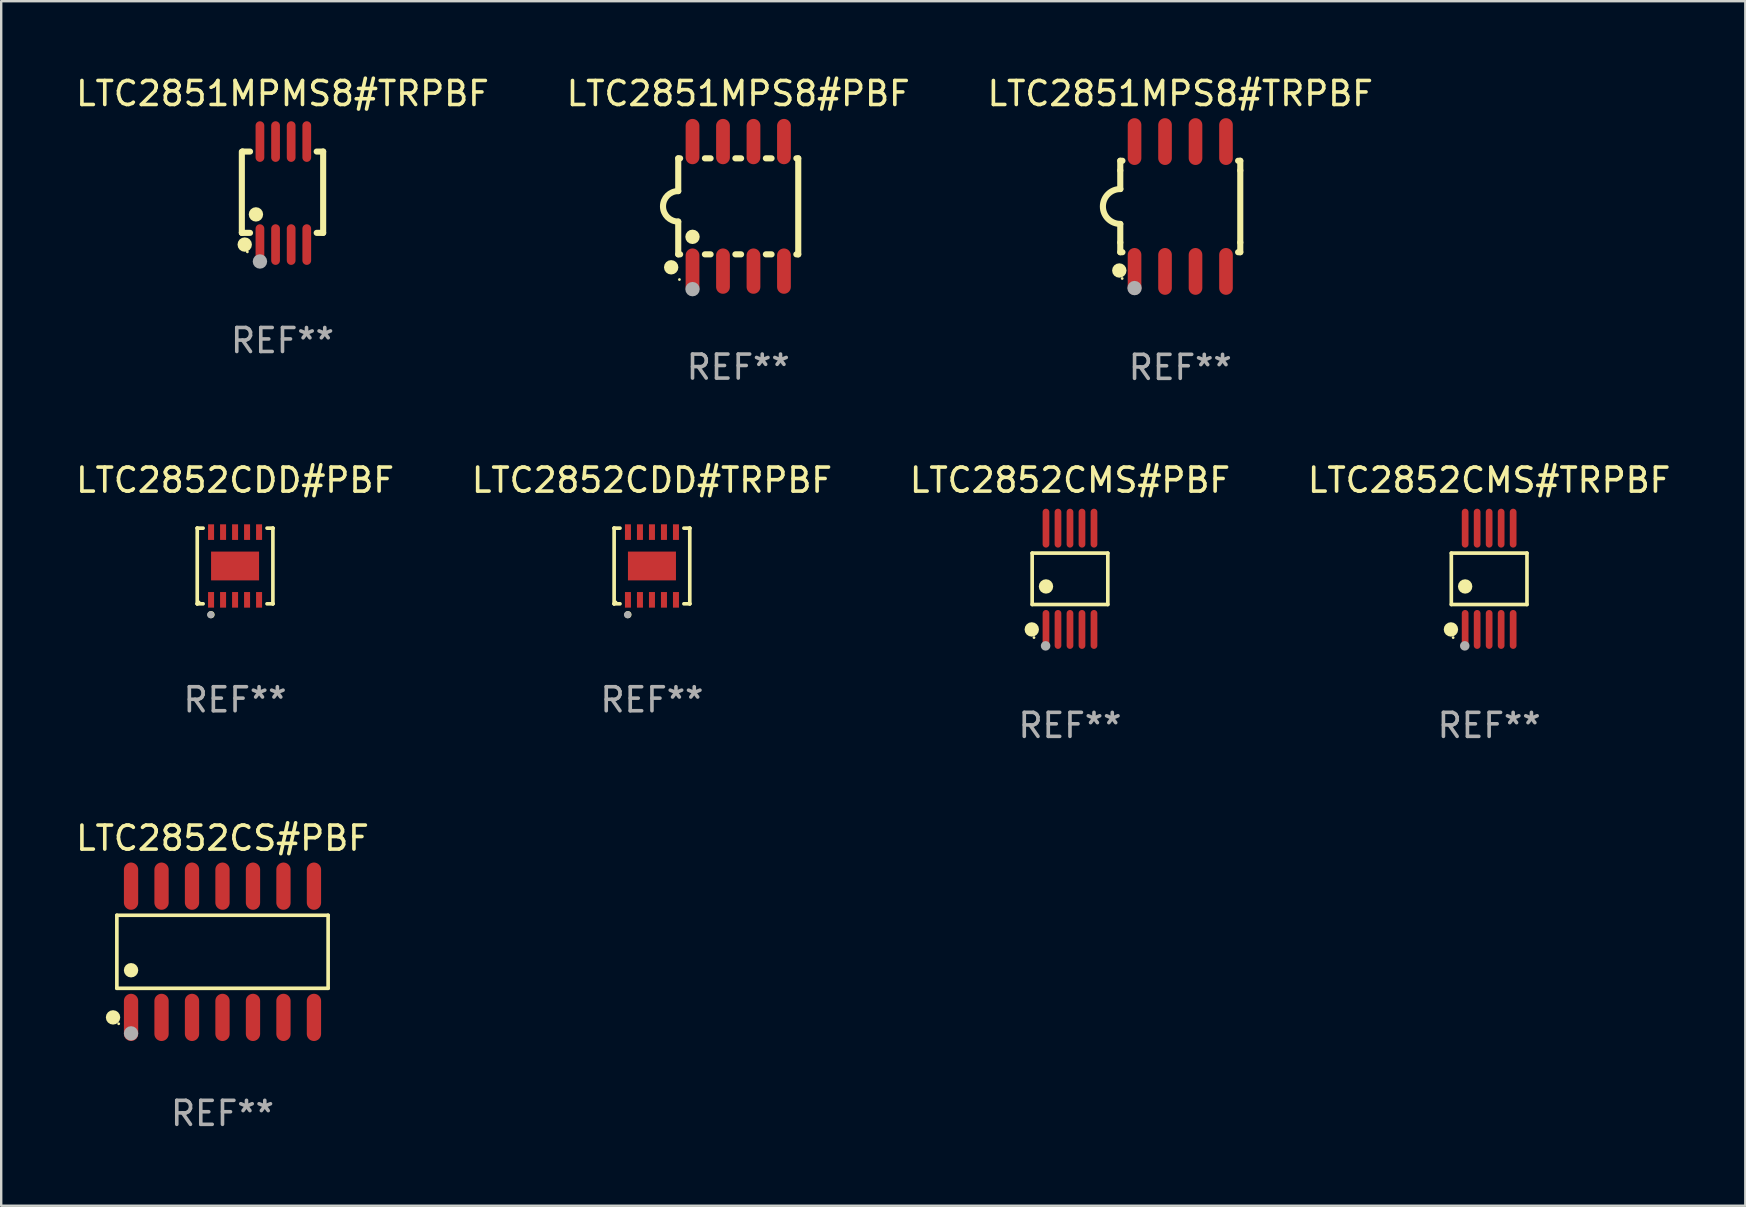
<source format=kicad_pcb>
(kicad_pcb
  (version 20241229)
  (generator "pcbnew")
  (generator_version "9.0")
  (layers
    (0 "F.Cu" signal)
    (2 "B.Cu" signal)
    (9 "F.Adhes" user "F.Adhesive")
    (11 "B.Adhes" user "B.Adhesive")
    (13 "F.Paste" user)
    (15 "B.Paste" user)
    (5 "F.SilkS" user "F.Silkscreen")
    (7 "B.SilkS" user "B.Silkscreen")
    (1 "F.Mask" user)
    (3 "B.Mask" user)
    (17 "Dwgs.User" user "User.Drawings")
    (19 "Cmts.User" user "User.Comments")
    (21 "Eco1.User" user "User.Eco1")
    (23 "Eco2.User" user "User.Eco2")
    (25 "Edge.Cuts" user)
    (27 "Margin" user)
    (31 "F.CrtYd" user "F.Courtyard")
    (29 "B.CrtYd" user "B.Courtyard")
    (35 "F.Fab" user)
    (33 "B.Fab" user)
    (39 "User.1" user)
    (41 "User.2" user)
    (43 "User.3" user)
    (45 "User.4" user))
  (footprint "LTC2851MPS8#PBF"
    (layer "F.Cu")
    (at 27.708 5.547)
    (property "Reference" "LTC2851MPS8#PBF" (at 0 -4.699 0) (layer "F.SilkS") (effects (font (size 1 1) (thickness 0.15))))
    (attr through_hole)
    (fp_line (start -2.5 -2) (end -2.5 -0.635) (stroke (width 0.254) (type solid)) (layer "F.SilkS"))
    (fp_line (start -2.5 -2) (end -2.421 -2) (stroke (width 0.254) (type solid)) (layer "F.SilkS"))
    (fp_line (start -2.5 2) (end -2.5 0.635) (stroke (width 0.254) (type solid)) (layer "F.SilkS"))
    (fp_line (start -2.5 2) (end -2.421 2) (stroke (width 0.254) (type solid)) (layer "F.SilkS"))
    (fp_line (start -1.389 -2) (end -1.151 -2) (stroke (width 0.254) (type solid)) (layer "F.SilkS"))
    (fp_line (start -1.389 2) (end -1.151 2) (stroke (width 0.254) (type solid)) (layer "F.SilkS"))
    (fp_line (start -0.119 -2) (end 0.119 -2) (stroke (width 0.254) (type solid)) (layer "F.SilkS"))
    (fp_line (start -0.119 2) (end 0.119 2) (stroke (width 0.254) (type solid)) (layer "F.SilkS"))
    (fp_line (start 1.151 -2) (end 1.389 -2) (stroke (width 0.254) (type solid)) (layer "F.SilkS"))
    (fp_line (start 1.151 2) (end 1.389 2) (stroke (width 0.254) (type solid)) (layer "F.SilkS"))
    (fp_line (start 2.421 -2) (end 2.5 -2) (stroke (width 0.254) (type solid)) (layer "F.SilkS"))
    (fp_line (start 2.421 2) (end 2.5 2) (stroke (width 0.254) (type solid)) (layer "F.SilkS"))
    (fp_line (start 2.5 -2) (end 2.5 2) (stroke (width 0.254) (type solid)) (layer "F.SilkS"))
    (fp_arc (start -2.5 0.635001) (mid -3.134366 -0.000318) (end -2.499365 -0.635001) (stroke (width 0.254001) (type solid)) (layer "F.SilkS"))
    (fp_circle (center -2.794 2.54) (end -2.644 2.54) (stroke (width 0.3) (type solid)) (fill no) (layer "F.SilkS"))
    (fp_circle (center -2.45 3.05) (end -2.42 3.05) (stroke (width 0.06) (type solid)) (fill no) (layer "F.SilkS"))
    (fp_circle (center -1.905 1.27) (end -1.755 1.27) (stroke (width 0.3) (type solid)) (fill no) (layer "F.SilkS"))
    (fp_circle (center -1.905 3.45) (end -1.755 3.45) (stroke (width 0.3) (type solid)) (fill no) (layer "F.Fab"))
    (fp_text user "REF**" (at 0 6.699 0) (layer "F.Fab") (effects (font (size 1 1) (thickness 0.15))))
    (pad "1" smd oval (at -1.905 2.699) (size 0.574 1.888) (layers "F.Cu" "F.Mask" "F.Paste"))
    (pad "2" smd oval (at -0.635 2.699) (size 0.574 1.888) (layers "F.Cu" "F.Mask" "F.Paste"))
    (pad "3" smd oval (at 0.635 2.699) (size 0.574 1.888) (layers "F.Cu" "F.Mask" "F.Paste"))
    (pad "4" smd oval (at 1.905 2.699) (size 0.574 1.888) (layers "F.Cu" "F.Mask" "F.Paste"))
    (pad "5" smd oval (at 1.905 -2.699) (size 0.574 1.888) (layers "F.Cu" "F.Mask" "F.Paste"))
    (pad "6" smd oval (at 0.635 -2.699) (size 0.574 1.888) (layers "F.Cu" "F.Mask" "F.Paste"))
    (pad "7" smd oval (at -0.635 -2.699) (size 0.574 1.888) (layers "F.Cu" "F.Mask" "F.Paste"))
    (pad "8" smd oval (at -1.905 -2.699) (size 0.574 1.888) (layers "F.Cu" "F.Mask" "F.Paste")))
  (footprint "LTC2851MPMS8#TRPBF"
    (layer "F.Cu")
    (at 8.72 4.994)
    (property "Reference" "LTC2851MPMS8#TRPBF" (at 0 -4.146 0) (layer "F.SilkS") (effects (font (size 1 1) (thickness 0.15))))
    (attr through_hole)
    (fp_line (start -1.694 -1.724) (end -1.694 1.652) (stroke (width 0.254) (type solid)) (layer "F.SilkS"))
    (fp_line (start -1.694 1.652) (end -1.688 1.658) (stroke (width 0.254) (type solid)) (layer "F.SilkS"))
    (fp_line (start -1.688 1.658) (end -1.353 1.658) (stroke (width 0.254) (type solid)) (layer "F.SilkS"))
    (fp_line (start -1.661 -1.73) (end -1.681 -1.71) (stroke (width 0.254) (type solid)) (layer "F.SilkS"))
    (fp_line (start -1.353 -1.73) (end -1.661 -1.73) (stroke (width 0.254) (type solid)) (layer "F.SilkS"))
    (fp_line (start 1.424 1.658) (end 1.694 1.658) (stroke (width 0.254) (type solid)) (layer "F.SilkS"))
    (fp_line (start 1.694 -1.73) (end 1.424 -1.73) (stroke (width 0.254) (type solid)) (layer "F.SilkS"))
    (fp_line (start 1.694 1.658) (end 1.694 -1.73) (stroke (width 0.254) (type solid)) (layer "F.SilkS"))
    (fp_circle (center -1.574 2.146) (end -1.424 2.146) (stroke (width 0.3) (type solid)) (fill no) (layer "F.SilkS"))
    (fp_circle (center -1.464 2.45) (end -1.434 2.45) (stroke (width 0.06) (type solid)) (fill no) (layer "F.SilkS"))
    (fp_circle (center -1.107 0.889) (end -0.957 0.889) (stroke (width 0.3) (type solid)) (fill no) (layer "F.SilkS"))
    (fp_circle (center -0.94 2.85) (end -0.789 2.85) (stroke (width 0.3) (type solid)) (fill no) (layer "F.Fab"))
    (fp_text user "REF**" (at 0 6.146 0) (layer "F.Fab") (effects (font (size 1 1) (thickness 0.15))))
    (pad "1" smd oval (at -0.94 2.146) (size 0.364 1.692) (layers "F.Cu" "F.Mask" "F.Paste"))
    (pad "2" smd oval (at -0.289 2.146) (size 0.364 1.692) (layers "F.Cu" "F.Mask" "F.Paste"))
    (pad "3" smd oval (at 0.361 2.146) (size 0.364 1.692) (layers "F.Cu" "F.Mask" "F.Paste"))
    (pad "4" smd oval (at 1.011 2.146) (size 0.364 1.692) (layers "F.Cu" "F.Mask" "F.Paste"))
    (pad "5" smd oval (at 1.011 -2.146) (size 0.364 1.692) (layers "F.Cu" "F.Mask" "F.Paste"))
    (pad "6" smd oval (at 0.361 -2.146) (size 0.364 1.692) (layers "F.Cu" "F.Mask" "F.Paste"))
    (pad "7" smd oval (at -0.289 -2.146) (size 0.364 1.692) (layers "F.Cu" "F.Mask" "F.Paste"))
    (pad "8" smd oval (at -0.94 -2.146) (size 0.364 1.692) (layers "F.Cu" "F.Mask" "F.Paste")))
  (footprint "LTC2852CDD#PBF"
    (layer "F.Cu")
    (at 6.744 20.531)
    (property "Reference" "LTC2852CDD#PBF" (at 0 -3.576 0) (layer "F.SilkS") (effects (font (size 1 1) (thickness 0.15))))
    (attr through_hole)
    (fp_line (start -1.576 -1.576) (end -1.576 -1.576) (stroke (width 0.152) (type solid)) (layer "F.SilkS"))
    (fp_line (start -1.576 -1.576) (end -1.331 -1.576) (stroke (width 0.152) (type solid)) (layer "F.SilkS"))
    (fp_line (start -1.576 1.576) (end -1.576 -1.576) (stroke (width 0.152) (type solid)) (layer "F.SilkS"))
    (fp_line (start -1.576 1.576) (end -1.576 1.576) (stroke (width 0.152) (type solid)) (layer "F.SilkS"))
    (fp_line (start -1.331 1.576) (end -1.576 1.576) (stroke (width 0.152) (type solid)) (layer "F.SilkS"))
    (fp_line (start 1.331 1.576) (end 1.576 1.576) (stroke (width 0.152) (type solid)) (layer "F.SilkS"))
    (fp_line (start 1.576 -1.576) (end 1.331 -1.576) (stroke (width 0.152) (type solid)) (layer "F.SilkS"))
    (fp_line (start 1.576 -1.576) (end 1.576 -1.576) (stroke (width 0.152) (type solid)) (layer "F.SilkS"))
    (fp_line (start 1.576 1.576) (end 1.576 -1.576) (stroke (width 0.152) (type solid)) (layer "F.SilkS"))
    (fp_line (start 1.576 1.576) (end 1.576 1.576) (stroke (width 0.152) (type solid)) (layer "F.SilkS"))
    (fp_circle (center -1.5 1.5) (end -1.47 1.5) (stroke (width 0.06) (type solid)) (fill no) (layer "F.SilkS"))
    (fp_circle (center -1 2.028) (end -0.925 2.028) (stroke (width 0.15) (type solid)) (fill no) (layer "F.SilkS"))
    (fp_circle (center -1.016 2.032) (end -0.941 2.032) (stroke (width 0.15) (type solid)) (fill no) (layer "F.Fab"))
    (fp_text user "REF**" (at 0 5.576 0) (layer "F.Fab") (effects (font (size 1 1) (thickness 0.15))))
    (pad "1" smd rect (at -1 1.411) (size 0.25 0.65) (layers "F.Cu" "F.Mask" "F.Paste"))
    (pad "2" smd rect (at -0.5 1.411) (size 0.25 0.65) (layers "F.Cu" "F.Mask" "F.Paste"))
    (pad "3" smd rect (at 0 1.411) (size 0.25 0.65) (layers "F.Cu" "F.Mask" "F.Paste"))
    (pad "4" smd rect (at 0.5 1.411) (size 0.25 0.65) (layers "F.Cu" "F.Mask" "F.Paste"))
    (pad "5" smd rect (at 1 1.411) (size 0.25 0.65) (layers "F.Cu" "F.Mask" "F.Paste"))
    (pad "6" smd rect (at 1 -1.411) (size 0.25 0.65) (layers "F.Cu" "F.Mask" "F.Paste"))
    (pad "7" smd rect (at 0.5 -1.411) (size 0.25 0.65) (layers "F.Cu" "F.Mask" "F.Paste"))
    (pad "8" smd rect (at 0 -1.411) (size 0.25 0.65) (layers "F.Cu" "F.Mask" "F.Paste"))
    (pad "9" smd rect (at -0.5 -1.411) (size 0.25 0.65) (layers "F.Cu" "F.Mask" "F.Paste"))
    (pad "10" smd rect (at -1 -1.411) (size 0.25 0.65) (layers "F.Cu" "F.Mask" "F.Paste"))
    (pad "11" smd rect (at 0 0) (size 2 1.2) (layers "F.Cu" "F.Mask" "F.Paste")))
  (footprint "LTC2851MPS8#TRPBF"
    (layer "F.Cu")
    (at 46.125 5.553)
    (property "Reference" "LTC2851MPS8#TRPBF" (at 0 -4.705 0) (layer "F.SilkS") (effects (font (size 1 1) (thickness 0.15))))
    (attr through_hole)
    (fp_line (start -2.5 -1.905) (end -2.409 -1.905) (stroke (width 0.254) (type solid)) (layer "F.SilkS"))
    (fp_line (start -2.5 -1.5) (end -2.5 -1.905) (stroke (width 0.254) (type solid)) (layer "F.SilkS"))
    (fp_line (start -2.5 -1.5) (end -2.5 -0.726) (stroke (width 0.254) (type solid)) (layer "F.SilkS"))
    (fp_line (start -2.5 1.5) (end -2.5 0.727) (stroke (width 0.254) (type solid)) (layer "F.SilkS"))
    (fp_line (start -2.5 1.5) (end -2.5 1.905) (stroke (width 0.254) (type solid)) (layer "F.SilkS"))
    (fp_line (start -2.5 1.905) (end -2.409 1.905) (stroke (width 0.254) (type solid)) (layer "F.SilkS"))
    (fp_line (start 2.5 -1.905) (end 2.409 -1.905) (stroke (width 0.254) (type solid)) (layer "F.SilkS"))
    (fp_line (start 2.5 -1.5) (end 2.5 -1.905) (stroke (width 0.254) (type solid)) (layer "F.SilkS"))
    (fp_line (start 2.5 -1.5) (end 2.5 1.5) (stroke (width 0.254) (type solid)) (layer "F.SilkS"))
    (fp_line (start 2.5 1.5) (end 2.5 1.905) (stroke (width 0.254) (type solid)) (layer "F.SilkS"))
    (fp_line (start 2.5 1.905) (end 2.409 1.905) (stroke (width 0.254) (type solid)) (layer "F.SilkS"))
    (fp_arc (start -2.5 0.726568) (mid -3.220316 -0.0023) (end -2.495097 -0.726289) (stroke (width 0.254001) (type solid)) (layer "F.SilkS"))
    (fp_circle (center -2.54 2.667) (end -2.39 2.667) (stroke (width 0.3) (type solid)) (fill no) (layer "F.SilkS"))
    (fp_circle (center -2.42 3) (end -2.39 3) (stroke (width 0.06) (type solid)) (fill no) (layer "F.SilkS"))
    (fp_circle (center -1.905 3.4) (end -1.755 3.4) (stroke (width 0.3) (type solid)) (fill no) (layer "F.Fab"))
    (fp_text user "REF**" (at 0 6.705 0) (layer "F.Fab") (effects (font (size 1 1) (thickness 0.15))))
    (pad "1" smd oval (at -1.905 2.705) (size 0.568 1.95) (layers "F.Cu" "F.Mask" "F.Paste"))
    (pad "2" smd oval (at -0.635 2.705) (size 0.568 1.95) (layers "F.Cu" "F.Mask" "F.Paste"))
    (pad "3" smd oval (at 0.635 2.705) (size 0.568 1.95) (layers "F.Cu" "F.Mask" "F.Paste"))
    (pad "4" smd oval (at 1.905 2.705) (size 0.568 1.95) (layers "F.Cu" "F.Mask" "F.Paste"))
    (pad "5" smd oval (at 1.905 -2.705) (size 0.568 1.95) (layers "F.Cu" "F.Mask" "F.Paste"))
    (pad "6" smd oval (at 0.635 -2.705) (size 0.568 1.95) (layers "F.Cu" "F.Mask" "F.Paste"))
    (pad "7" smd oval (at -0.635 -2.705) (size 0.568 1.95) (layers "F.Cu" "F.Mask" "F.Paste"))
    (pad "8" smd oval (at -1.905 -2.705) (size 0.568 1.95) (layers "F.Cu" "F.Mask" "F.Paste")))
  (footprint "LTC2852CDD#TRPBF"
    (layer "F.Cu")
    (at 24.113 20.531)
    (property "Reference" "LTC2852CDD#TRPBF" (at 0 -3.576 0) (layer "F.SilkS") (effects (font (size 1 1) (thickness 0.15))))
    (attr through_hole)
    (fp_line (start -1.576 -1.576) (end -1.576 -1.576) (stroke (width 0.152) (type solid)) (layer "F.SilkS"))
    (fp_line (start -1.576 -1.576) (end -1.331 -1.576) (stroke (width 0.152) (type solid)) (layer "F.SilkS"))
    (fp_line (start -1.576 1.576) (end -1.576 -1.576) (stroke (width 0.152) (type solid)) (layer "F.SilkS"))
    (fp_line (start -1.576 1.576) (end -1.576 1.576) (stroke (width 0.152) (type solid)) (layer "F.SilkS"))
    (fp_line (start -1.331 1.576) (end -1.576 1.576) (stroke (width 0.152) (type solid)) (layer "F.SilkS"))
    (fp_line (start 1.331 1.576) (end 1.576 1.576) (stroke (width 0.152) (type solid)) (layer "F.SilkS"))
    (fp_line (start 1.576 -1.576) (end 1.331 -1.576) (stroke (width 0.152) (type solid)) (layer "F.SilkS"))
    (fp_line (start 1.576 -1.576) (end 1.576 -1.576) (stroke (width 0.152) (type solid)) (layer "F.SilkS"))
    (fp_line (start 1.576 1.576) (end 1.576 -1.576) (stroke (width 0.152) (type solid)) (layer "F.SilkS"))
    (fp_line (start 1.576 1.576) (end 1.576 1.576) (stroke (width 0.152) (type solid)) (layer "F.SilkS"))
    (fp_circle (center -1.5 1.5) (end -1.47 1.5) (stroke (width 0.06) (type solid)) (fill no) (layer "F.SilkS"))
    (fp_circle (center -1 2.028) (end -0.925 2.028) (stroke (width 0.15) (type solid)) (fill no) (layer "F.SilkS"))
    (fp_circle (center -1.016 2.032) (end -0.941 2.032) (stroke (width 0.15) (type solid)) (fill no) (layer "F.Fab"))
    (fp_text user "REF**" (at 0 5.576 0) (layer "F.Fab") (effects (font (size 1 1) (thickness 0.15))))
    (pad "1" smd rect (at -1 1.411) (size 0.25 0.65) (layers "F.Cu" "F.Mask" "F.Paste"))
    (pad "2" smd rect (at -0.5 1.411) (size 0.25 0.65) (layers "F.Cu" "F.Mask" "F.Paste"))
    (pad "3" smd rect (at 0 1.411) (size 0.25 0.65) (layers "F.Cu" "F.Mask" "F.Paste"))
    (pad "4" smd rect (at 0.5 1.411) (size 0.25 0.65) (layers "F.Cu" "F.Mask" "F.Paste"))
    (pad "5" smd rect (at 1 1.411) (size 0.25 0.65) (layers "F.Cu" "F.Mask" "F.Paste"))
    (pad "6" smd rect (at 1 -1.411) (size 0.25 0.65) (layers "F.Cu" "F.Mask" "F.Paste"))
    (pad "7" smd rect (at 0.5 -1.411) (size 0.25 0.65) (layers "F.Cu" "F.Mask" "F.Paste"))
    (pad "8" smd rect (at 0 -1.411) (size 0.25 0.65) (layers "F.Cu" "F.Mask" "F.Paste"))
    (pad "9" smd rect (at -0.5 -1.411) (size 0.25 0.65) (layers "F.Cu" "F.Mask" "F.Paste"))
    (pad "10" smd rect (at -1 -1.411) (size 0.25 0.65) (layers "F.Cu" "F.Mask" "F.Paste"))
    (pad "11" smd rect (at 0 0) (size 2 1.2) (layers "F.Cu" "F.Mask" "F.Paste")))
  (footprint "LTC2852CMS#PBF"
    (layer "F.Cu")
    (at 41.53 21.065)
    (property "Reference" "LTC2852CMS#PBF" (at 0 -4.11 0) (layer "F.SilkS") (effects (font (size 1 1) (thickness 0.15))))
    (attr through_hole)
    (fp_line (start -1.576 -1.071) (end 1.576 -1.071) (stroke (width 0.152) (type solid)) (layer "F.SilkS"))
    (fp_line (start -1.576 1.071) (end -1.576 -1.071) (stroke (width 0.152) (type solid)) (layer "F.SilkS"))
    (fp_line (start 1.576 -1.071) (end 1.576 1.071) (stroke (width 0.152) (type solid)) (layer "F.SilkS"))
    (fp_line (start 1.576 1.071) (end -1.576 1.071) (stroke (width 0.152) (type solid)) (layer "F.SilkS"))
    (fp_circle (center -1.592 2.11) (end -1.442 2.11) (stroke (width 0.3) (type solid)) (fill no) (layer "F.SilkS"))
    (fp_circle (center -1.5 2.45) (end -1.47 2.45) (stroke (width 0.06) (type solid)) (fill no) (layer "F.SilkS"))
    (fp_circle (center -1 0.319) (end -0.85 0.319) (stroke (width 0.3) (type solid)) (fill no) (layer "F.SilkS"))
    (fp_circle (center -1.016 2.794) (end -0.916 2.794) (stroke (width 0.2) (type solid)) (fill no) (layer "F.Fab"))
    (fp_text user "REF**" (at 0 6.11 0) (layer "F.Fab") (effects (font (size 1 1) (thickness 0.15))))
    (pad "1" smd oval (at -1 2.11) (size 0.28 1.62) (layers "F.Cu" "F.Mask" "F.Paste"))
    (pad "2" smd oval (at -0.5 2.11) (size 0.28 1.62) (layers "F.Cu" "F.Mask" "F.Paste"))
    (pad "3" smd oval (at 0 2.11) (size 0.28 1.62) (layers "F.Cu" "F.Mask" "F.Paste"))
    (pad "4" smd oval (at 0.5 2.11) (size 0.28 1.62) (layers "F.Cu" "F.Mask" "F.Paste"))
    (pad "5" smd oval (at 1 2.11) (size 0.28 1.62) (layers "F.Cu" "F.Mask" "F.Paste"))
    (pad "6" smd oval (at 1 -2.11) (size 0.28 1.62) (layers "F.Cu" "F.Mask" "F.Paste"))
    (pad "7" smd oval (at 0.5 -2.11) (size 0.28 1.62) (layers "F.Cu" "F.Mask" "F.Paste"))
    (pad "8" smd oval (at 0 -2.11) (size 0.28 1.62) (layers "F.Cu" "F.Mask" "F.Paste"))
    (pad "9" smd oval (at -0.5 -2.11) (size 0.28 1.62) (layers "F.Cu" "F.Mask" "F.Paste"))
    (pad "10" smd oval (at -1 -2.11) (size 0.28 1.62) (layers "F.Cu" "F.Mask" "F.Paste")))
  (footprint "LTC2852CS#PBF"
    (layer "F.Cu")
    (at 6.22 36.605)
    (property "Reference" "LTC2852CS#PBF" (at 0 -4.734 0) (layer "F.SilkS") (effects (font (size 1 1) (thickness 0.15))))
    (attr through_hole)
    (fp_line (start -4.401 -1.521) (end 4.401 -1.521) (stroke (width 0.152) (type solid)) (layer "F.SilkS"))
    (fp_line (start -4.401 1.521) (end -4.401 -1.521) (stroke (width 0.152) (type solid)) (layer "F.SilkS"))
    (fp_line (start 4.401 -1.521) (end 4.401 1.521) (stroke (width 0.152) (type solid)) (layer "F.SilkS"))
    (fp_line (start 4.401 1.521) (end -4.401 1.521) (stroke (width 0.152) (type solid)) (layer "F.SilkS"))
    (fp_circle (center -4.56 2.734) (end -4.41 2.734) (stroke (width 0.3) (type solid)) (fill no) (layer "F.SilkS"))
    (fp_circle (center -4.325 3) (end -4.295 3) (stroke (width 0.06) (type solid)) (fill no) (layer "F.SilkS"))
    (fp_circle (center -3.81 0.769) (end -3.66 0.769) (stroke (width 0.3) (type solid)) (fill no) (layer "F.SilkS"))
    (fp_circle (center -3.81 3.4) (end -3.66 3.4) (stroke (width 0.3) (type solid)) (fill no) (layer "F.Fab"))
    (fp_text user "REF**" (at 0 6.734 0) (layer "F.Fab") (effects (font (size 1 1) (thickness 0.15))))
    (pad "1" smd oval (at -3.81 2.734) (size 0.595 1.968) (layers "F.Cu" "F.Mask" "F.Paste"))
    (pad "2" smd oval (at -2.54 2.734) (size 0.595 1.968) (layers "F.Cu" "F.Mask" "F.Paste"))
    (pad "3" smd oval (at -1.27 2.734) (size 0.595 1.968) (layers "F.Cu" "F.Mask" "F.Paste"))
    (pad "4" smd oval (at 0 2.734) (size 0.595 1.968) (layers "F.Cu" "F.Mask" "F.Paste"))
    (pad "5" smd oval (at 1.27 2.734) (size 0.595 1.968) (layers "F.Cu" "F.Mask" "F.Paste"))
    (pad "6" smd oval (at 2.54 2.734) (size 0.595 1.968) (layers "F.Cu" "F.Mask" "F.Paste"))
    (pad "7" smd oval (at 3.81 2.734) (size 0.595 1.968) (layers "F.Cu" "F.Mask" "F.Paste"))
    (pad "8" smd oval (at 3.81 -2.734) (size 0.595 1.968) (layers "F.Cu" "F.Mask" "F.Paste"))
    (pad "9" smd oval (at 2.54 -2.734) (size 0.595 1.968) (layers "F.Cu" "F.Mask" "F.Paste"))
    (pad "10" smd oval (at 1.27 -2.734) (size 0.595 1.968) (layers "F.Cu" "F.Mask" "F.Paste"))
    (pad "11" smd oval (at 0 -2.734) (size 0.595 1.968) (layers "F.Cu" "F.Mask" "F.Paste"))
    (pad "12" smd oval (at -1.27 -2.734) (size 0.595 1.968) (layers "F.Cu" "F.Mask" "F.Paste"))
    (pad "13" smd oval (at -2.54 -2.734) (size 0.595 1.968) (layers "F.Cu" "F.Mask" "F.Paste"))
    (pad "14" smd oval (at -3.81 -2.734) (size 0.595 1.968) (layers "F.Cu" "F.Mask" "F.Paste")))
  (footprint "LTC2852CMS#TRPBF"
    (layer "F.Cu")
    (at 58.994 21.065)
    (property "Reference" "LTC2852CMS#TRPBF" (at 0 -4.11 0) (layer "F.SilkS") (effects (font (size 1 1) (thickness 0.15))))
    (attr through_hole)
    (fp_line (start -1.576 -1.071) (end 1.576 -1.071) (stroke (width 0.152) (type solid)) (layer "F.SilkS"))
    (fp_line (start -1.576 1.071) (end -1.576 -1.071) (stroke (width 0.152) (type solid)) (layer "F.SilkS"))
    (fp_line (start 1.576 -1.071) (end 1.576 1.071) (stroke (width 0.152) (type solid)) (layer "F.SilkS"))
    (fp_line (start 1.576 1.071) (end -1.576 1.071) (stroke (width 0.152) (type solid)) (layer "F.SilkS"))
    (fp_circle (center -1.592 2.11) (end -1.442 2.11) (stroke (width 0.3) (type solid)) (fill no) (layer "F.SilkS"))
    (fp_circle (center -1.5 2.45) (end -1.47 2.45) (stroke (width 0.06) (type solid)) (fill no) (layer "F.SilkS"))
    (fp_circle (center -1 0.319) (end -0.85 0.319) (stroke (width 0.3) (type solid)) (fill no) (layer "F.SilkS"))
    (fp_circle (center -1.016 2.794) (end -0.916 2.794) (stroke (width 0.2) (type solid)) (fill no) (layer "F.Fab"))
    (fp_text user "REF**" (at 0 6.11 0) (layer "F.Fab") (effects (font (size 1 1) (thickness 0.15))))
    (pad "1" smd oval (at -1 2.11) (size 0.28 1.62) (layers "F.Cu" "F.Mask" "F.Paste"))
    (pad "2" smd oval (at -0.5 2.11) (size 0.28 1.62) (layers "F.Cu" "F.Mask" "F.Paste"))
    (pad "3" smd oval (at 0 2.11) (size 0.28 1.62) (layers "F.Cu" "F.Mask" "F.Paste"))
    (pad "4" smd oval (at 0.5 2.11) (size 0.28 1.62) (layers "F.Cu" "F.Mask" "F.Paste"))
    (pad "5" smd oval (at 1 2.11) (size 0.28 1.62) (layers "F.Cu" "F.Mask" "F.Paste"))
    (pad "6" smd oval (at 1 -2.11) (size 0.28 1.62) (layers "F.Cu" "F.Mask" "F.Paste"))
    (pad "7" smd oval (at 0.5 -2.11) (size 0.28 1.62) (layers "F.Cu" "F.Mask" "F.Paste"))
    (pad "8" smd oval (at 0 -2.11) (size 0.28 1.62) (layers "F.Cu" "F.Mask" "F.Paste"))
    (pad "9" smd oval (at -0.5 -2.11) (size 0.28 1.62) (layers "F.Cu" "F.Mask" "F.Paste"))
    (pad "10" smd oval (at -1 -2.11) (size 0.28 1.62) (layers "F.Cu" "F.Mask" "F.Paste")))
  (gr_rect
    (start -3 -3)
    (end 69.667 47.187)
    (stroke (width 0.1) (type default))
    (fill no)
    (layer "Edge.Cuts")))
</source>
